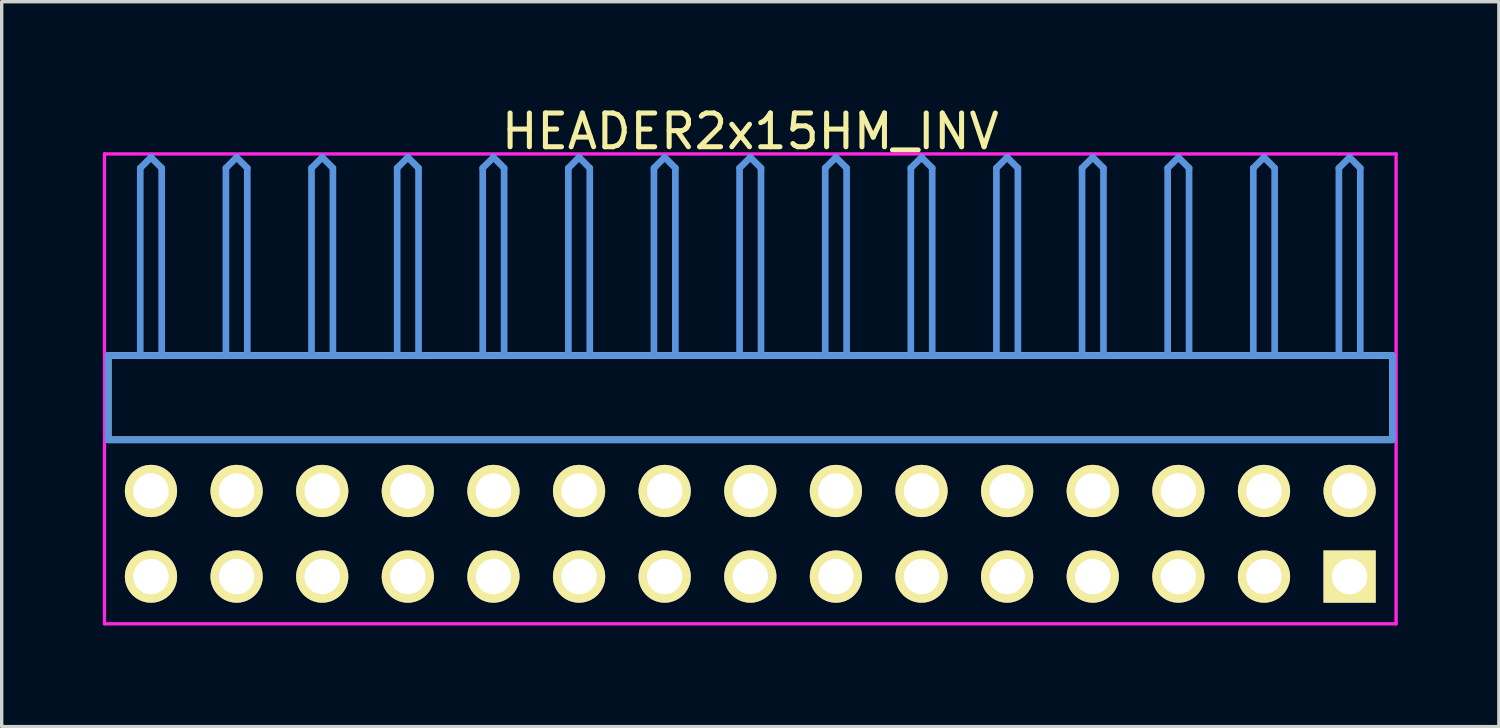
<source format=kicad_pcb>
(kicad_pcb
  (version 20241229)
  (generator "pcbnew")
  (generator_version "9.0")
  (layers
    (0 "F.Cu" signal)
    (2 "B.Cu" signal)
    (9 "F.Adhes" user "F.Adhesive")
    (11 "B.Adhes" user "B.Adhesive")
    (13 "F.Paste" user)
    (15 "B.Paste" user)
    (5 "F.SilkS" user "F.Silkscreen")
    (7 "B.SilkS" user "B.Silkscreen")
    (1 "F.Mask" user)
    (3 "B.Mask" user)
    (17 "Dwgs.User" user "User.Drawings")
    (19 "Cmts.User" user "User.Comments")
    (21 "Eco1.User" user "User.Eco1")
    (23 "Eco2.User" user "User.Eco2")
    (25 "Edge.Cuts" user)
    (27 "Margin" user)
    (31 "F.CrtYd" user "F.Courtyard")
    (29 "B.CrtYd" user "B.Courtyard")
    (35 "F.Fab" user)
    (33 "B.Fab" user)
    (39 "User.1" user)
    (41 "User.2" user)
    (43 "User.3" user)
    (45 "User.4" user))
  (footprint "HEADER2x15HM_INV"
    (layer "F.Cu")
    (at 1.429 14.056)
    (property "Reference" "HEADER2x15HM_INV" (at 17.78 -13.208 0) (layer "F.SilkS") (effects (font (size 1.001 1.001) (thickness 0.15))))
    (attr through_hole)
    (fp_line (start -1.27 -6.558) (end -1.27 -4.059) (stroke (width 0.198) (type solid)) (layer "F.SilkS"))
    (fp_line (start -1.27 -4.059) (end 36.83 -4.059) (stroke (width 0.198) (type solid)) (layer "F.SilkS"))
    (fp_line (start 36.83 -6.558) (end -1.27 -6.558) (stroke (width 0.198) (type solid)) (layer "F.SilkS"))
    (fp_line (start 36.83 -4.059) (end 36.83 -6.558) (stroke (width 0.198) (type solid)) (layer "F.SilkS"))
    (fp_line (start -1.27 -6.558) (end -1.27 -4.059) (stroke (width 0.198) (type solid)) (layer "Cmts.User"))
    (fp_line (start -1.27 -4.059) (end 36.83 -4.059) (stroke (width 0.198) (type solid)) (layer "Cmts.User"))
    (fp_line (start -0.318 -12.121) (end 0 -12.438) (stroke (width 0.198) (type solid)) (layer "Cmts.User"))
    (fp_line (start -0.318 -6.599) (end -0.318 -12.121) (stroke (width 0.198) (type solid)) (layer "Cmts.User"))
    (fp_line (start 0.318 -12.121) (end 0 -12.438) (stroke (width 0.198) (type solid)) (layer "Cmts.User"))
    (fp_line (start 0.318 -6.599) (end 0.318 -12.121) (stroke (width 0.198) (type solid)) (layer "Cmts.User"))
    (fp_line (start 2.223 -12.121) (end 2.54 -12.438) (stroke (width 0.198) (type solid)) (layer "Cmts.User"))
    (fp_line (start 2.223 -6.599) (end 2.223 -12.121) (stroke (width 0.198) (type solid)) (layer "Cmts.User"))
    (fp_line (start 2.857 -12.121) (end 2.54 -12.438) (stroke (width 0.198) (type solid)) (layer "Cmts.User"))
    (fp_line (start 2.857 -6.599) (end 2.857 -12.121) (stroke (width 0.198) (type solid)) (layer "Cmts.User"))
    (fp_line (start 4.763 -12.121) (end 5.08 -12.438) (stroke (width 0.198) (type solid)) (layer "Cmts.User"))
    (fp_line (start 4.763 -6.599) (end 4.763 -12.121) (stroke (width 0.198) (type solid)) (layer "Cmts.User"))
    (fp_line (start 5.397 -12.121) (end 5.08 -12.438) (stroke (width 0.198) (type solid)) (layer "Cmts.User"))
    (fp_line (start 5.397 -6.599) (end 5.397 -12.121) (stroke (width 0.198) (type solid)) (layer "Cmts.User"))
    (fp_line (start 7.303 -12.121) (end 7.62 -12.438) (stroke (width 0.198) (type solid)) (layer "Cmts.User"))
    (fp_line (start 7.303 -6.599) (end 7.303 -12.121) (stroke (width 0.198) (type solid)) (layer "Cmts.User"))
    (fp_line (start 7.938 -12.121) (end 7.62 -12.438) (stroke (width 0.198) (type solid)) (layer "Cmts.User"))
    (fp_line (start 7.938 -6.599) (end 7.938 -12.121) (stroke (width 0.198) (type solid)) (layer "Cmts.User"))
    (fp_line (start 9.842 -12.121) (end 10.16 -12.438) (stroke (width 0.198) (type solid)) (layer "Cmts.User"))
    (fp_line (start 9.842 -6.599) (end 9.842 -12.121) (stroke (width 0.198) (type solid)) (layer "Cmts.User"))
    (fp_line (start 10.477 -12.121) (end 10.16 -12.438) (stroke (width 0.198) (type solid)) (layer "Cmts.User"))
    (fp_line (start 10.477 -6.599) (end 10.477 -12.121) (stroke (width 0.198) (type solid)) (layer "Cmts.User"))
    (fp_line (start 12.383 -12.121) (end 12.7 -12.438) (stroke (width 0.198) (type solid)) (layer "Cmts.User"))
    (fp_line (start 12.383 -6.599) (end 12.383 -12.121) (stroke (width 0.198) (type solid)) (layer "Cmts.User"))
    (fp_line (start 13.018 -12.121) (end 12.7 -12.438) (stroke (width 0.198) (type solid)) (layer "Cmts.User"))
    (fp_line (start 13.018 -6.599) (end 13.018 -12.121) (stroke (width 0.198) (type solid)) (layer "Cmts.User"))
    (fp_line (start 14.922 -12.121) (end 15.24 -12.438) (stroke (width 0.198) (type solid)) (layer "Cmts.User"))
    (fp_line (start 14.922 -6.599) (end 14.922 -12.121) (stroke (width 0.198) (type solid)) (layer "Cmts.User"))
    (fp_line (start 15.557 -12.121) (end 15.24 -12.438) (stroke (width 0.198) (type solid)) (layer "Cmts.User"))
    (fp_line (start 15.557 -6.599) (end 15.557 -12.121) (stroke (width 0.198) (type solid)) (layer "Cmts.User"))
    (fp_line (start 17.462 -12.121) (end 17.78 -12.438) (stroke (width 0.198) (type solid)) (layer "Cmts.User"))
    (fp_line (start 17.462 -6.599) (end 17.462 -12.121) (stroke (width 0.198) (type solid)) (layer "Cmts.User"))
    (fp_line (start 18.098 -12.121) (end 17.78 -12.438) (stroke (width 0.198) (type solid)) (layer "Cmts.User"))
    (fp_line (start 18.098 -6.599) (end 18.098 -12.121) (stroke (width 0.198) (type solid)) (layer "Cmts.User"))
    (fp_line (start 20.003 -12.121) (end 20.32 -12.438) (stroke (width 0.198) (type solid)) (layer "Cmts.User"))
    (fp_line (start 20.003 -6.599) (end 20.003 -12.121) (stroke (width 0.198) (type solid)) (layer "Cmts.User"))
    (fp_line (start 20.637 -12.121) (end 20.32 -12.438) (stroke (width 0.198) (type solid)) (layer "Cmts.User"))
    (fp_line (start 20.637 -6.599) (end 20.637 -12.121) (stroke (width 0.198) (type solid)) (layer "Cmts.User"))
    (fp_line (start 22.543 -12.121) (end 22.86 -12.438) (stroke (width 0.198) (type solid)) (layer "Cmts.User"))
    (fp_line (start 22.543 -6.599) (end 22.543 -12.121) (stroke (width 0.198) (type solid)) (layer "Cmts.User"))
    (fp_line (start 23.177 -12.121) (end 22.86 -12.438) (stroke (width 0.198) (type solid)) (layer "Cmts.User"))
    (fp_line (start 23.177 -6.599) (end 23.177 -12.121) (stroke (width 0.198) (type solid)) (layer "Cmts.User"))
    (fp_line (start 25.082 -12.121) (end 25.4 -12.438) (stroke (width 0.198) (type solid)) (layer "Cmts.User"))
    (fp_line (start 25.082 -6.599) (end 25.082 -12.121) (stroke (width 0.198) (type solid)) (layer "Cmts.User"))
    (fp_line (start 25.718 -12.121) (end 25.4 -12.438) (stroke (width 0.198) (type solid)) (layer "Cmts.User"))
    (fp_line (start 25.718 -6.599) (end 25.718 -12.121) (stroke (width 0.198) (type solid)) (layer "Cmts.User"))
    (fp_line (start 27.622 -12.121) (end 27.94 -12.438) (stroke (width 0.198) (type solid)) (layer "Cmts.User"))
    (fp_line (start 27.622 -6.599) (end 27.622 -12.121) (stroke (width 0.198) (type solid)) (layer "Cmts.User"))
    (fp_line (start 28.258 -12.121) (end 27.94 -12.438) (stroke (width 0.198) (type solid)) (layer "Cmts.User"))
    (fp_line (start 28.258 -6.599) (end 28.258 -12.121) (stroke (width 0.198) (type solid)) (layer "Cmts.User"))
    (fp_line (start 30.163 -12.121) (end 30.48 -12.438) (stroke (width 0.198) (type solid)) (layer "Cmts.User"))
    (fp_line (start 30.163 -6.599) (end 30.163 -12.121) (stroke (width 0.198) (type solid)) (layer "Cmts.User"))
    (fp_line (start 30.797 -12.121) (end 30.48 -12.438) (stroke (width 0.198) (type solid)) (layer "Cmts.User"))
    (fp_line (start 30.797 -6.599) (end 30.797 -12.121) (stroke (width 0.198) (type solid)) (layer "Cmts.User"))
    (fp_line (start 32.703 -12.121) (end 33.02 -12.438) (stroke (width 0.198) (type solid)) (layer "Cmts.User"))
    (fp_line (start 32.703 -6.599) (end 32.703 -12.121) (stroke (width 0.198) (type solid)) (layer "Cmts.User"))
    (fp_line (start 33.337 -12.121) (end 33.02 -12.438) (stroke (width 0.198) (type solid)) (layer "Cmts.User"))
    (fp_line (start 33.337 -6.599) (end 33.337 -12.121) (stroke (width 0.198) (type solid)) (layer "Cmts.User"))
    (fp_line (start 35.242 -12.121) (end 35.56 -12.438) (stroke (width 0.198) (type solid)) (layer "Cmts.User"))
    (fp_line (start 35.242 -6.599) (end 35.242 -12.121) (stroke (width 0.198) (type solid)) (layer "Cmts.User"))
    (fp_line (start 35.877 -12.121) (end 35.56 -12.438) (stroke (width 0.198) (type solid)) (layer "Cmts.User"))
    (fp_line (start 35.877 -6.599) (end 35.877 -12.121) (stroke (width 0.198) (type solid)) (layer "Cmts.User"))
    (fp_line (start 36.83 -6.558) (end -1.27 -6.558) (stroke (width 0.198) (type solid)) (layer "Cmts.User"))
    (fp_line (start 36.83 -4.059) (end 36.83 -6.558) (stroke (width 0.198) (type solid)) (layer "Cmts.User"))
    (fp_line (start -1.379 -12.54) (end 36.939 -12.54) (stroke (width 0.099) (type solid)) (layer "F.CrtYd"))
    (fp_line (start -1.379 1.4) (end -1.379 -12.54) (stroke (width 0.099) (type solid)) (layer "F.CrtYd"))
    (fp_line (start 36.939 -12.54) (end 36.939 1.4) (stroke (width 0.099) (type solid)) (layer "F.CrtYd"))
    (fp_line (start 36.939 1.4) (end -1.379 1.4) (stroke (width 0.099) (type solid)) (layer "F.CrtYd"))
    (pad "1" thru_hole rect (at 35.56 0) (size 1.549 1.549) (drill 1.049) (layers "*.Cu" "*.Mask" "F.SilkS"))
    (pad "2" thru_hole circle (at 35.56 -2.54) (size 1.549 1.549) (drill 1.049) (layers "*.Cu" "*.Mask" "F.SilkS"))
    (pad "3" thru_hole circle (at 33.02 0) (size 1.549 1.549) (drill 1.049) (layers "*.Cu" "*.Mask" "F.SilkS"))
    (pad "4" thru_hole circle (at 33.02 -2.54) (size 1.549 1.549) (drill 1.049) (layers "*.Cu" "*.Mask" "F.SilkS"))
    (pad "5" thru_hole circle (at 30.48 0) (size 1.549 1.549) (drill 1.049) (layers "*.Cu" "*.Mask" "F.SilkS"))
    (pad "6" thru_hole circle (at 30.48 -2.54) (size 1.549 1.549) (drill 1.049) (layers "*.Cu" "*.Mask" "F.SilkS"))
    (pad "7" thru_hole circle (at 27.94 0) (size 1.549 1.549) (drill 1.049) (layers "*.Cu" "*.Mask" "F.SilkS"))
    (pad "8" thru_hole circle (at 27.94 -2.54) (size 1.549 1.549) (drill 1.049) (layers "*.Cu" "*.Mask" "F.SilkS"))
    (pad "9" thru_hole circle (at 25.4 0) (size 1.549 1.549) (drill 1.049) (layers "*.Cu" "*.Mask" "F.SilkS"))
    (pad "10" thru_hole circle (at 25.4 -2.54) (size 1.549 1.549) (drill 1.049) (layers "*.Cu" "*.Mask" "F.SilkS"))
    (pad "11" thru_hole circle (at 22.86 0) (size 1.549 1.549) (drill 1.049) (layers "*.Cu" "*.Mask" "F.SilkS"))
    (pad "12" thru_hole circle (at 22.86 -2.54) (size 1.549 1.549) (drill 1.049) (layers "*.Cu" "*.Mask" "F.SilkS"))
    (pad "13" thru_hole circle (at 20.32 0) (size 1.549 1.549) (drill 1.049) (layers "*.Cu" "*.Mask" "F.SilkS"))
    (pad "14" thru_hole circle (at 20.32 -2.54) (size 1.549 1.549) (drill 1.049) (layers "*.Cu" "*.Mask" "F.SilkS"))
    (pad "15" thru_hole circle (at 17.78 0) (size 1.549 1.549) (drill 1.049) (layers "*.Cu" "*.Mask" "F.SilkS"))
    (pad "16" thru_hole circle (at 17.78 -2.54) (size 1.549 1.549) (drill 1.049) (layers "*.Cu" "*.Mask" "F.SilkS"))
    (pad "17" thru_hole circle (at 15.24 0) (size 1.549 1.549) (drill 1.049) (layers "*.Cu" "*.Mask" "F.SilkS"))
    (pad "18" thru_hole circle (at 15.24 -2.54) (size 1.549 1.549) (drill 1.049) (layers "*.Cu" "*.Mask" "F.SilkS"))
    (pad "19" thru_hole circle (at 12.7 0) (size 1.549 1.549) (drill 1.049) (layers "*.Cu" "*.Mask" "F.SilkS"))
    (pad "20" thru_hole circle (at 12.7 -2.54) (size 1.549 1.549) (drill 1.049) (layers "*.Cu" "*.Mask" "F.SilkS"))
    (pad "21" thru_hole circle (at 10.16 0) (size 1.549 1.549) (drill 1.049) (layers "*.Cu" "*.Mask" "F.SilkS"))
    (pad "22" thru_hole circle (at 10.16 -2.54) (size 1.549 1.549) (drill 1.049) (layers "*.Cu" "*.Mask" "F.SilkS"))
    (pad "23" thru_hole circle (at 7.62 0) (size 1.549 1.549) (drill 1.049) (layers "*.Cu" "*.Mask" "F.SilkS"))
    (pad "24" thru_hole circle (at 7.62 -2.54) (size 1.549 1.549) (drill 1.049) (layers "*.Cu" "*.Mask" "F.SilkS"))
    (pad "25" thru_hole circle (at 5.08 0) (size 1.549 1.549) (drill 1.049) (layers "*.Cu" "*.Mask" "F.SilkS"))
    (pad "26" thru_hole circle (at 5.08 -2.54) (size 1.549 1.549) (drill 1.049) (layers "*.Cu" "*.Mask" "F.SilkS"))
    (pad "27" thru_hole circle (at 2.54 0) (size 1.549 1.549) (drill 1.049) (layers "*.Cu" "*.Mask" "F.SilkS"))
    (pad "28" thru_hole circle (at 2.54 -2.54) (size 1.549 1.549) (drill 1.049) (layers "*.Cu" "*.Mask" "F.SilkS"))
    (pad "29" thru_hole circle (at 0 0) (size 1.549 1.549) (drill 1.049) (layers "*.Cu" "*.Mask" "F.SilkS"))
    (pad "30" thru_hole circle (at 0 -2.54) (size 1.549 1.549) (drill 1.049) (layers "*.Cu" "*.Mask" "F.SilkS")))
  (gr_rect
    (start -3 -3)
    (end 41.417 18.506)
    (stroke (width 0.1) (type default))
    (fill no)
    (layer "Edge.Cuts")))
</source>
